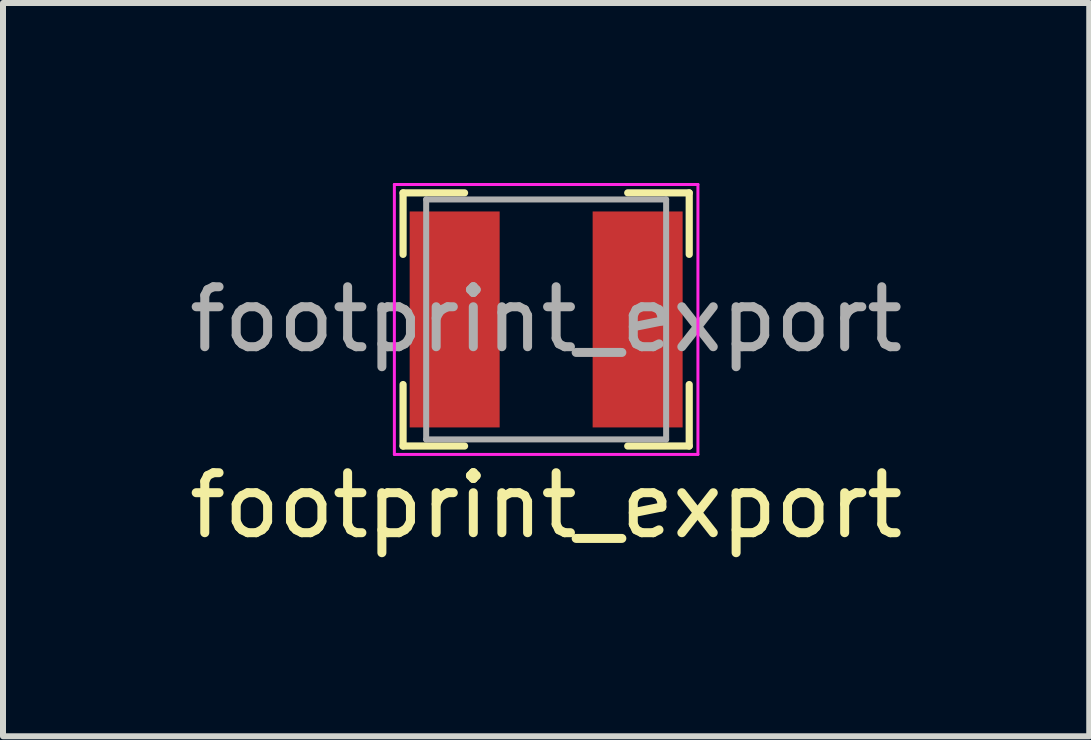
<source format=kicad_pcb>
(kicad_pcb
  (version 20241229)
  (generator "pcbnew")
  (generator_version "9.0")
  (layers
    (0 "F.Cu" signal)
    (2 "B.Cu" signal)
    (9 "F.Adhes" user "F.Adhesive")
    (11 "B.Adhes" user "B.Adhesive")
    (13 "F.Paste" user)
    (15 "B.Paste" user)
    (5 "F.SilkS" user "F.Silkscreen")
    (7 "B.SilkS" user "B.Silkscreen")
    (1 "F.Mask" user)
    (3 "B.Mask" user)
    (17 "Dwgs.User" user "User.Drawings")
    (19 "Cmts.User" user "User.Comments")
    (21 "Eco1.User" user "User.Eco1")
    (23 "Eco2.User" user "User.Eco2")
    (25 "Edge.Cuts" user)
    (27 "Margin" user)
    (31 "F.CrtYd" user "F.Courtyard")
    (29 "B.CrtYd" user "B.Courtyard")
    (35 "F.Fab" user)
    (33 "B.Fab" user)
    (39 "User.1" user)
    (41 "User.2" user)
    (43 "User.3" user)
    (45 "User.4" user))
  (footprint "footprint_export"
    (layer "F.Cu")
    (at 6.054 2.275)
    (property "Reference" "footprint_export" (at 0 3.1 0) (layer "F.SilkS") (effects (font (size 1 1) (thickness 0.15))))
    (attr smd)
    (fp_line (start -2.385 -2.11) (end -2.385 -1.085) (stroke (width 0.12) (type solid)) (layer "F.SilkS"))
    (fp_line (start -2.385 -2.11) (end -1.36 -2.11) (stroke (width 0.12) (type solid)) (layer "F.SilkS"))
    (fp_line (start -2.385 2.11) (end -2.385 1.085) (stroke (width 0.12) (type solid)) (layer "F.SilkS"))
    (fp_line (start -2.385 2.11) (end -1.36 2.11) (stroke (width 0.12) (type solid)) (layer "F.SilkS"))
    (fp_line (start 2.385 -2.11) (end 1.36 -2.11) (stroke (width 0.12) (type solid)) (layer "F.SilkS"))
    (fp_line (start 2.385 -2.11) (end 2.385 -1.085) (stroke (width 0.12) (type solid)) (layer "F.SilkS"))
    (fp_line (start 2.385 2.11) (end 1.36 2.11) (stroke (width 0.12) (type solid)) (layer "F.SilkS"))
    (fp_line (start 2.385 2.11) (end 2.385 1.085) (stroke (width 0.12) (type solid)) (layer "F.SilkS"))
    (fp_line (start -2.53 -2.25) (end -2.53 2.25) (stroke (width 0.05) (type solid)) (layer "F.CrtYd"))
    (fp_line (start -2.53 -2.25) (end 2.53 -2.25) (stroke (width 0.05) (type solid)) (layer "F.CrtYd"))
    (fp_line (start -2.53 2.25) (end 2.53 2.25) (stroke (width 0.05) (type solid)) (layer "F.CrtYd"))
    (fp_line (start 2.53 -2.25) (end 2.53 2.25) (stroke (width 0.05) (type solid)) (layer "F.CrtYd"))
    (fp_line (start -2 -2) (end -2 2) (stroke (width 0.1) (type solid)) (layer "F.Fab"))
    (fp_line (start -2 -2) (end 2 -2) (stroke (width 0.1) (type solid)) (layer "F.Fab"))
    (fp_line (start 2 -2) (end 2 2) (stroke (width 0.1) (type solid)) (layer "F.Fab"))
    (fp_line (start 2 2) (end -2 2) (stroke (width 0.1) (type solid)) (layer "F.Fab"))
    (fp_text user "${REFERENCE}" (at 0 0 0) (layer "F.Fab") (effects (font (size 1 1) (thickness 0.15))))
    (pad "1" smd rect (at -1.525 0) (size 1.5 3.6) (layers "F.Cu" "F.Mask" "F.Paste"))
    (pad "2" smd rect (at 1.525 0) (size 1.5 3.6) (layers "F.Cu" "F.Mask" "F.Paste")))
  (gr_rect
    (start -3 -3)
    (end 15.107 9.223)
    (stroke (width 0.1) (type default))
    (fill no)
    (layer "Edge.Cuts")))
</source>
